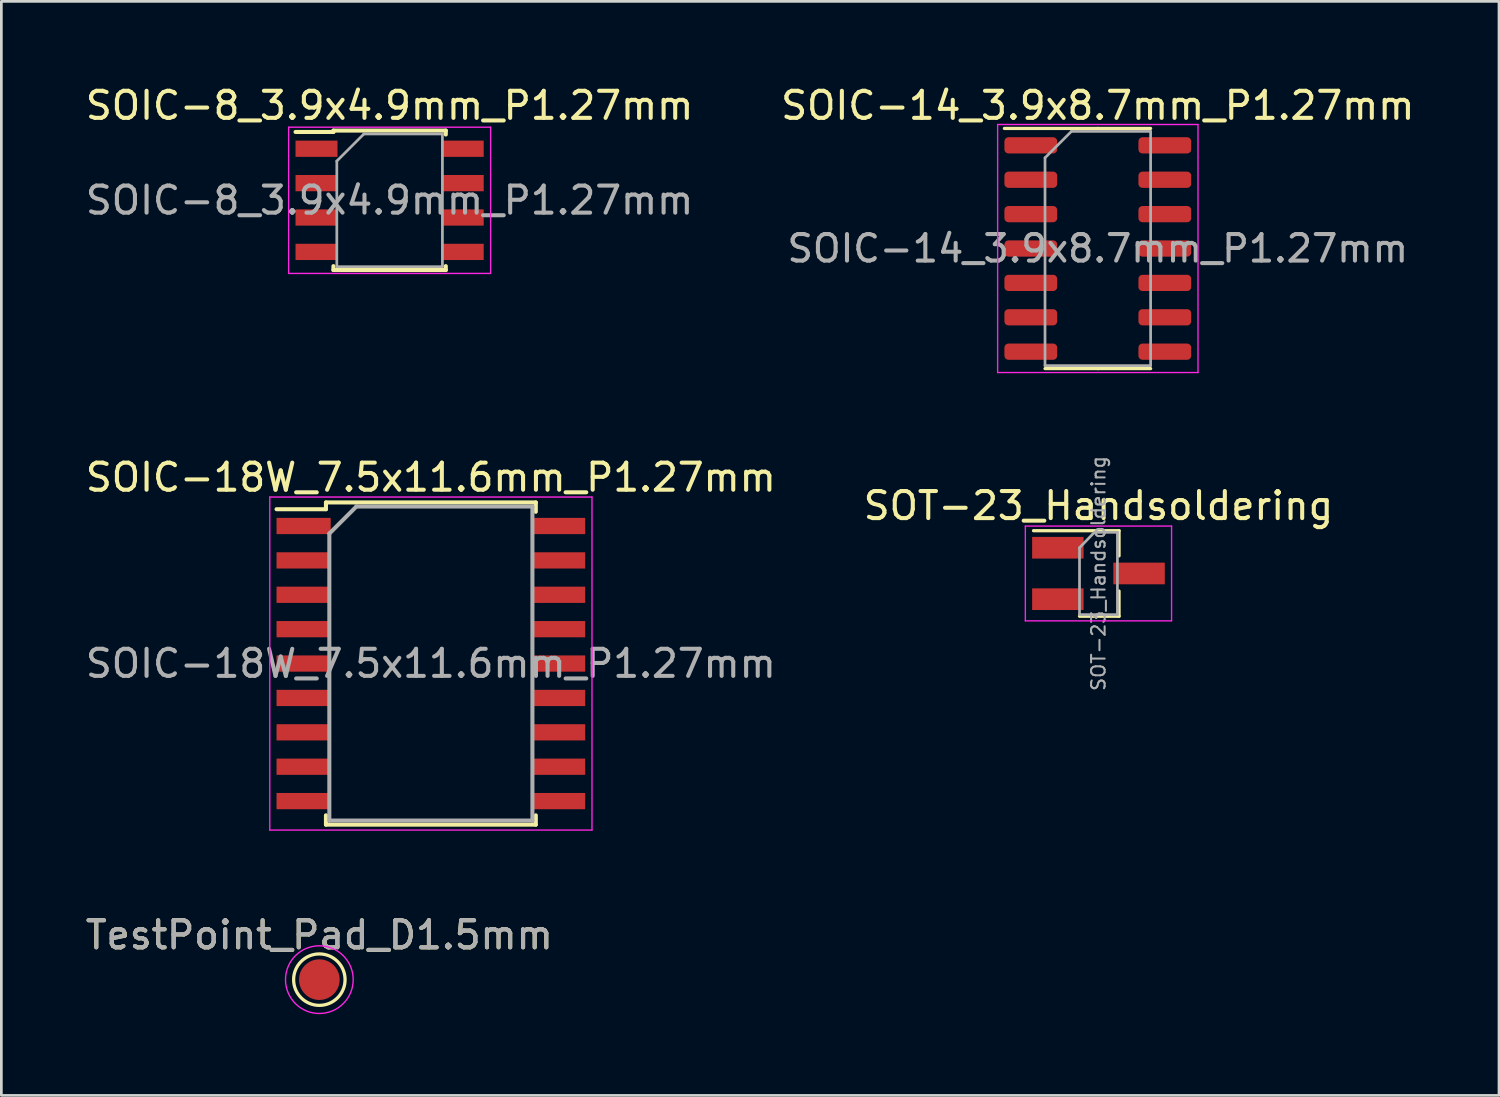
<source format=kicad_pcb>
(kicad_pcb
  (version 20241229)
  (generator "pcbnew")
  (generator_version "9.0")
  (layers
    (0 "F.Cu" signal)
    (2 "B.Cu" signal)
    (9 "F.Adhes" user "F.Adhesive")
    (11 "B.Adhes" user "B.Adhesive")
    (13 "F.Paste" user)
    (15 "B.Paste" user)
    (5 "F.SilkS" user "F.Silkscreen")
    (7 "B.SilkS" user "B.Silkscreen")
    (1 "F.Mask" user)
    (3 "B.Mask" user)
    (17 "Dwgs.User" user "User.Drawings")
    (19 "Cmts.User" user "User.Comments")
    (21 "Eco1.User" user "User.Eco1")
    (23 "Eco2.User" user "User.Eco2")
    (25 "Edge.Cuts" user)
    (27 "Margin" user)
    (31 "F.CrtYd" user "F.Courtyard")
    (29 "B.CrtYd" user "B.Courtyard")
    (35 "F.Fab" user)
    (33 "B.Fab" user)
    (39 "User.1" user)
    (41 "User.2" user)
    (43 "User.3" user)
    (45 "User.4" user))
  (footprint "SOIC-8_3.9x4.9mm_P1.27mm"
    (layer "F.Cu")
    (at 11.339 4.348)
    (property "Reference" "SOIC-8_3.9x4.9mm_P1.27mm" (at 0 -3.5 180) (layer "F.SilkS") (effects (font (size 1 1) (thickness 0.15))))
    (attr smd)
    (fp_line (start -2.075 -2.575) (end -2.075 -2.525) (stroke (width 0.15) (type solid)) (layer "F.SilkS"))
    (fp_line (start -2.075 -2.575) (end 2.075 -2.575) (stroke (width 0.15) (type solid)) (layer "F.SilkS"))
    (fp_line (start -2.075 -2.525) (end -3.475 -2.525) (stroke (width 0.15) (type solid)) (layer "F.SilkS"))
    (fp_line (start -2.075 2.575) (end -2.075 2.43) (stroke (width 0.15) (type solid)) (layer "F.SilkS"))
    (fp_line (start -2.075 2.575) (end 2.075 2.575) (stroke (width 0.15) (type solid)) (layer "F.SilkS"))
    (fp_line (start 2.075 -2.575) (end 2.075 -2.43) (stroke (width 0.15) (type solid)) (layer "F.SilkS"))
    (fp_line (start 2.075 2.575) (end 2.075 2.43) (stroke (width 0.15) (type solid)) (layer "F.SilkS"))
    (fp_line (start -3.73 -2.7) (end -3.73 2.7) (stroke (width 0.05) (type solid)) (layer "F.CrtYd"))
    (fp_line (start -3.73 -2.7) (end 3.73 -2.7) (stroke (width 0.05) (type solid)) (layer "F.CrtYd"))
    (fp_line (start -3.73 2.7) (end 3.73 2.7) (stroke (width 0.05) (type solid)) (layer "F.CrtYd"))
    (fp_line (start 3.73 -2.7) (end 3.73 2.7) (stroke (width 0.05) (type solid)) (layer "F.CrtYd"))
    (fp_line (start -1.95 -1.45) (end -0.95 -2.45) (stroke (width 0.1) (type solid)) (layer "F.Fab"))
    (fp_line (start -1.95 2.45) (end -1.95 -1.45) (stroke (width 0.1) (type solid)) (layer "F.Fab"))
    (fp_line (start -0.95 -2.45) (end 1.95 -2.45) (stroke (width 0.1) (type solid)) (layer "F.Fab"))
    (fp_line (start 1.95 -2.45) (end 1.95 2.45) (stroke (width 0.1) (type solid)) (layer "F.Fab"))
    (fp_line (start 1.95 2.45) (end -1.95 2.45) (stroke (width 0.1) (type solid)) (layer "F.Fab"))
    (fp_text user "${REFERENCE}" (at 0 0 180) (layer "F.Fab") (effects (font (size 1 1) (thickness 0.15))))
    (pad "1" smd rect (at -2.7 -1.905) (size 1.55 0.6) (layers "F.Cu" "F.Mask" "F.Paste"))
    (pad "2" smd rect (at -2.7 -0.635) (size 1.55 0.6) (layers "F.Cu" "F.Mask" "F.Paste"))
    (pad "3" smd rect (at -2.7 0.635) (size 1.55 0.6) (layers "F.Cu" "F.Mask" "F.Paste"))
    (pad "4" smd rect (at -2.7 1.905) (size 1.55 0.6) (layers "F.Cu" "F.Mask" "F.Paste"))
    (pad "5" smd rect (at 2.7 1.905) (size 1.55 0.6) (layers "F.Cu" "F.Mask" "F.Paste"))
    (pad "6" smd rect (at 2.7 0.635) (size 1.55 0.6) (layers "F.Cu" "F.Mask" "F.Paste"))
    (pad "7" smd rect (at 2.7 -0.635) (size 1.55 0.6) (layers "F.Cu" "F.Mask" "F.Paste"))
    (pad "8" smd rect (at 2.7 -1.905) (size 1.55 0.6) (layers "F.Cu" "F.Mask" "F.Paste")))
  (footprint "SOIC-14_3.9x8.7mm_P1.27mm"
    (layer "F.Cu")
    (at 37.494 6.128)
    (property "Reference" "SOIC-14_3.9x8.7mm_P1.27mm" (at 0 -5.28 0) (layer "F.SilkS") (effects (font (size 1 1) (thickness 0.15))))
    (attr smd)
    (fp_line (start 0 -4.435) (end -3.45 -4.435) (stroke (width 0.12) (type solid)) (layer "F.SilkS"))
    (fp_line (start 0 -4.435) (end 1.95 -4.435) (stroke (width 0.12) (type solid)) (layer "F.SilkS"))
    (fp_line (start 0 4.435) (end -1.95 4.435) (stroke (width 0.12) (type solid)) (layer "F.SilkS"))
    (fp_line (start 0 4.435) (end 1.95 4.435) (stroke (width 0.12) (type solid)) (layer "F.SilkS"))
    (fp_line (start -3.7 -4.58) (end -3.7 4.58) (stroke (width 0.05) (type solid)) (layer "F.CrtYd"))
    (fp_line (start -3.7 4.58) (end 3.7 4.58) (stroke (width 0.05) (type solid)) (layer "F.CrtYd"))
    (fp_line (start 3.7 -4.58) (end -3.7 -4.58) (stroke (width 0.05) (type solid)) (layer "F.CrtYd"))
    (fp_line (start 3.7 4.58) (end 3.7 -4.58) (stroke (width 0.05) (type solid)) (layer "F.CrtYd"))
    (fp_line (start -1.95 -3.35) (end -0.975 -4.325) (stroke (width 0.1) (type solid)) (layer "F.Fab"))
    (fp_line (start -1.95 4.325) (end -1.95 -3.35) (stroke (width 0.1) (type solid)) (layer "F.Fab"))
    (fp_line (start -0.975 -4.325) (end 1.95 -4.325) (stroke (width 0.1) (type solid)) (layer "F.Fab"))
    (fp_line (start 1.95 -4.325) (end 1.95 4.325) (stroke (width 0.1) (type solid)) (layer "F.Fab"))
    (fp_line (start 1.95 4.325) (end -1.95 4.325) (stroke (width 0.1) (type solid)) (layer "F.Fab"))
    (fp_text user "${REFERENCE}" (at 0 0 0) (layer "F.Fab") (effects (font (size 0.98 0.98) (thickness 0.15))))
    (pad "1" smd roundrect (at -2.475 -3.81) (size 1.95 0.6) (layers "F.Cu" "F.Mask" "F.Paste") (roundrect_rratio 0.25))
    (pad "2" smd roundrect (at -2.475 -2.54) (size 1.95 0.6) (layers "F.Cu" "F.Mask" "F.Paste") (roundrect_rratio 0.25))
    (pad "3" smd roundrect (at -2.475 -1.27) (size 1.95 0.6) (layers "F.Cu" "F.Mask" "F.Paste") (roundrect_rratio 0.25))
    (pad "4" smd roundrect (at -2.475 0) (size 1.95 0.6) (layers "F.Cu" "F.Mask" "F.Paste") (roundrect_rratio 0.25))
    (pad "5" smd roundrect (at -2.475 1.27) (size 1.95 0.6) (layers "F.Cu" "F.Mask" "F.Paste") (roundrect_rratio 0.25))
    (pad "6" smd roundrect (at -2.475 2.54) (size 1.95 0.6) (layers "F.Cu" "F.Mask" "F.Paste") (roundrect_rratio 0.25))
    (pad "7" smd roundrect (at -2.475 3.81) (size 1.95 0.6) (layers "F.Cu" "F.Mask" "F.Paste") (roundrect_rratio 0.25))
    (pad "8" smd roundrect (at 2.475 3.81) (size 1.95 0.6) (layers "F.Cu" "F.Mask" "F.Paste") (roundrect_rratio 0.25))
    (pad "9" smd roundrect (at 2.475 2.54) (size 1.95 0.6) (layers "F.Cu" "F.Mask" "F.Paste") (roundrect_rratio 0.25))
    (pad "10" smd roundrect (at 2.475 1.27) (size 1.95 0.6) (layers "F.Cu" "F.Mask" "F.Paste") (roundrect_rratio 0.25))
    (pad "11" smd roundrect (at 2.475 0) (size 1.95 0.6) (layers "F.Cu" "F.Mask" "F.Paste") (roundrect_rratio 0.25))
    (pad "12" smd roundrect (at 2.475 -1.27) (size 1.95 0.6) (layers "F.Cu" "F.Mask" "F.Paste") (roundrect_rratio 0.25))
    (pad "13" smd roundrect (at 2.475 -2.54) (size 1.95 0.6) (layers "F.Cu" "F.Mask" "F.Paste") (roundrect_rratio 0.25))
    (pad "14" smd roundrect (at 2.475 -3.81) (size 1.95 0.6) (layers "F.Cu" "F.Mask" "F.Paste") (roundrect_rratio 0.25)))
  (footprint "SOT-23_Handsoldering"
    (layer "F.Cu")
    (at 37.518 18.129)
    (property "Reference" "SOT-23_Handsoldering" (at 0 -2.5 0) (layer "F.SilkS") (effects (font (size 1 1) (thickness 0.15))))
    (attr smd)
    (fp_line (start 0.76 -1.58) (end -2.4 -1.58) (stroke (width 0.12) (type solid)) (layer "F.SilkS"))
    (fp_line (start 0.76 -1.58) (end 0.76 -0.65) (stroke (width 0.12) (type solid)) (layer "F.SilkS"))
    (fp_line (start 0.76 1.58) (end -0.7 1.58) (stroke (width 0.12) (type solid)) (layer "F.SilkS"))
    (fp_line (start 0.76 1.58) (end 0.76 0.65) (stroke (width 0.12) (type solid)) (layer "F.SilkS"))
    (fp_line (start -2.7 -1.75) (end 2.7 -1.75) (stroke (width 0.05) (type solid)) (layer "F.CrtYd"))
    (fp_line (start -2.7 1.75) (end -2.7 -1.75) (stroke (width 0.05) (type solid)) (layer "F.CrtYd"))
    (fp_line (start 2.7 -1.75) (end 2.7 1.75) (stroke (width 0.05) (type solid)) (layer "F.CrtYd"))
    (fp_line (start 2.7 1.75) (end -2.7 1.75) (stroke (width 0.05) (type solid)) (layer "F.CrtYd"))
    (fp_line (start -0.7 -0.95) (end -0.7 1.5) (stroke (width 0.1) (type solid)) (layer "F.Fab"))
    (fp_line (start -0.7 -0.95) (end -0.15 -1.52) (stroke (width 0.1) (type solid)) (layer "F.Fab"))
    (fp_line (start -0.7 1.52) (end 0.7 1.52) (stroke (width 0.1) (type solid)) (layer "F.Fab"))
    (fp_line (start -0.15 -1.52) (end 0.7 -1.52) (stroke (width 0.1) (type solid)) (layer "F.Fab"))
    (fp_line (start 0.7 -1.52) (end 0.7 1.52) (stroke (width 0.1) (type solid)) (layer "F.Fab"))
    (fp_text user "${REFERENCE}" (at 0 0 270) (layer "F.Fab") (effects (font (size 0.5 0.5) (thickness 0.075))))
    (pad "1" smd rect (at -1.5 -0.95) (size 1.9 0.8) (layers "F.Cu" "F.Mask" "F.Paste"))
    (pad "2" smd rect (at -1.5 0.95) (size 1.9 0.8) (layers "F.Cu" "F.Mask" "F.Paste"))
    (pad "3" smd rect (at 1.5 0) (size 1.9 0.8) (layers "F.Cu" "F.Mask" "F.Paste")))
  (footprint "SOIC-18W_7.5x11.6mm_P1.27mm"
    (layer "F.Cu")
    (at 12.863 21.456)
    (property "Reference" "SOIC-18W_7.5x11.6mm_P1.27mm" (at 0 -6.875 180) (layer "F.SilkS") (effects (font (size 1 1) (thickness 0.15))))
    (attr smd)
    (fp_line (start -3.875 -5.95) (end -3.875 -5.7) (stroke (width 0.15) (type solid)) (layer "F.SilkS"))
    (fp_line (start -3.875 -5.95) (end 3.875 -5.95) (stroke (width 0.15) (type solid)) (layer "F.SilkS"))
    (fp_line (start -3.875 -5.7) (end -5.7 -5.7) (stroke (width 0.15) (type solid)) (layer "F.SilkS"))
    (fp_line (start -3.875 5.95) (end -3.875 5.605) (stroke (width 0.15) (type solid)) (layer "F.SilkS"))
    (fp_line (start -3.875 5.95) (end 3.875 5.95) (stroke (width 0.15) (type solid)) (layer "F.SilkS"))
    (fp_line (start 3.875 -5.95) (end 3.875 -5.605) (stroke (width 0.15) (type solid)) (layer "F.SilkS"))
    (fp_line (start 3.875 5.95) (end 3.875 5.605) (stroke (width 0.15) (type solid)) (layer "F.SilkS"))
    (fp_line (start -5.95 -6.15) (end -5.95 6.15) (stroke (width 0.05) (type solid)) (layer "F.CrtYd"))
    (fp_line (start -5.95 -6.15) (end 5.95 -6.15) (stroke (width 0.05) (type solid)) (layer "F.CrtYd"))
    (fp_line (start -5.95 6.15) (end 5.95 6.15) (stroke (width 0.05) (type solid)) (layer "F.CrtYd"))
    (fp_line (start 5.95 -6.15) (end 5.95 6.15) (stroke (width 0.05) (type solid)) (layer "F.CrtYd"))
    (fp_line (start -3.75 -4.8) (end -2.75 -5.8) (stroke (width 0.15) (type solid)) (layer "F.Fab"))
    (fp_line (start -3.75 5.8) (end -3.75 -4.8) (stroke (width 0.15) (type solid)) (layer "F.Fab"))
    (fp_line (start -2.75 -5.8) (end 3.75 -5.8) (stroke (width 0.15) (type solid)) (layer "F.Fab"))
    (fp_line (start 3.75 -5.8) (end 3.75 5.8) (stroke (width 0.15) (type solid)) (layer "F.Fab"))
    (fp_line (start 3.75 5.8) (end -3.75 5.8) (stroke (width 0.15) (type solid)) (layer "F.Fab"))
    (fp_text user "${REFERENCE}" (at 0 0 180) (layer "F.Fab") (effects (font (size 1 1) (thickness 0.15))))
    (pad "1" smd rect (at -4.7 -5.08) (size 2 0.6) (layers "F.Cu" "F.Mask" "F.Paste"))
    (pad "2" smd rect (at -4.7 -3.81) (size 2 0.6) (layers "F.Cu" "F.Mask" "F.Paste"))
    (pad "3" smd rect (at -4.7 -2.54) (size 2 0.6) (layers "F.Cu" "F.Mask" "F.Paste"))
    (pad "4" smd rect (at -4.7 -1.27) (size 2 0.6) (layers "F.Cu" "F.Mask" "F.Paste"))
    (pad "5" smd rect (at -4.7 0) (size 2 0.6) (layers "F.Cu" "F.Mask" "F.Paste"))
    (pad "6" smd rect (at -4.7 1.27) (size 2 0.6) (layers "F.Cu" "F.Mask" "F.Paste"))
    (pad "7" smd rect (at -4.7 2.54) (size 2 0.6) (layers "F.Cu" "F.Mask" "F.Paste"))
    (pad "8" smd rect (at -4.7 3.81) (size 2 0.6) (layers "F.Cu" "F.Mask" "F.Paste"))
    (pad "9" smd rect (at -4.7 5.08) (size 2 0.6) (layers "F.Cu" "F.Mask" "F.Paste"))
    (pad "10" smd rect (at 4.7 5.08) (size 2 0.6) (layers "F.Cu" "F.Mask" "F.Paste"))
    (pad "11" smd rect (at 4.7 3.81) (size 2 0.6) (layers "F.Cu" "F.Mask" "F.Paste"))
    (pad "12" smd rect (at 4.7 2.54) (size 2 0.6) (layers "F.Cu" "F.Mask" "F.Paste"))
    (pad "13" smd rect (at 4.7 1.27) (size 2 0.6) (layers "F.Cu" "F.Mask" "F.Paste"))
    (pad "14" smd rect (at 4.7 0) (size 2 0.6) (layers "F.Cu" "F.Mask" "F.Paste"))
    (pad "15" smd rect (at 4.7 -1.27) (size 2 0.6) (layers "F.Cu" "F.Mask" "F.Paste"))
    (pad "16" smd rect (at 4.7 -2.54) (size 2 0.6) (layers "F.Cu" "F.Mask" "F.Paste"))
    (pad "17" smd rect (at 4.7 -3.81) (size 2 0.6) (layers "F.Cu" "F.Mask" "F.Paste"))
    (pad "18" smd rect (at 4.7 -5.08) (size 2 0.6) (layers "F.Cu" "F.Mask" "F.Paste")))
  (footprint "TestPoint_Pad_D1.5mm"
    (layer "F.Cu")
    (at 8.744 33.13)
    (property "Reference" "TestPoint_Pad_D1.5mm" (at 0 -1.648 0) (layer "F.SilkS") (effects (font (size 1 1) (thickness 0.15))))
    (attr exclude_from_pos_files exclude_from_bom)
    (fp_circle (center 0 0) (end 0 0.95) (stroke (width 0.12) (type solid)) (fill no) (layer "F.SilkS"))
    (fp_circle (center 0 0) (end 1.25 0) (stroke (width 0.05) (type solid)) (fill no) (layer "F.CrtYd"))
    (fp_text user "${REFERENCE}" (at 0 -1.65 0) (layer "F.Fab") (effects (font (size 1 1) (thickness 0.15))))
    (pad "1" smd circle (at 0 0) (size 1.5 1.5) (layers "F.Cu" "F.Mask")))
  (gr_rect
    (start -3 -3)
    (end 52.31 37.405)
    (stroke (width 0.1) (type default))
    (fill no)
    (layer "Edge.Cuts")))
</source>
